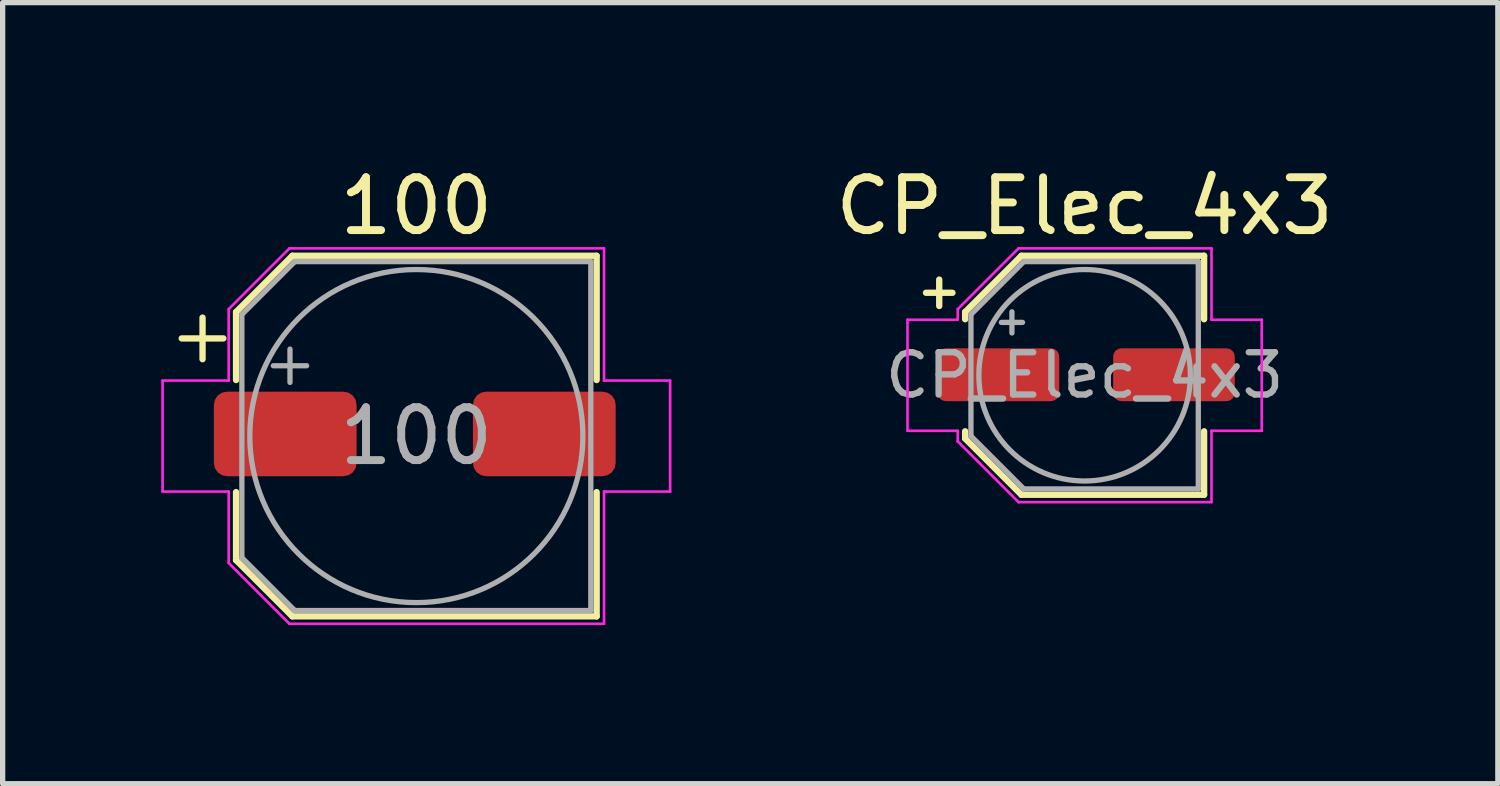
<source format=kicad_pcb>
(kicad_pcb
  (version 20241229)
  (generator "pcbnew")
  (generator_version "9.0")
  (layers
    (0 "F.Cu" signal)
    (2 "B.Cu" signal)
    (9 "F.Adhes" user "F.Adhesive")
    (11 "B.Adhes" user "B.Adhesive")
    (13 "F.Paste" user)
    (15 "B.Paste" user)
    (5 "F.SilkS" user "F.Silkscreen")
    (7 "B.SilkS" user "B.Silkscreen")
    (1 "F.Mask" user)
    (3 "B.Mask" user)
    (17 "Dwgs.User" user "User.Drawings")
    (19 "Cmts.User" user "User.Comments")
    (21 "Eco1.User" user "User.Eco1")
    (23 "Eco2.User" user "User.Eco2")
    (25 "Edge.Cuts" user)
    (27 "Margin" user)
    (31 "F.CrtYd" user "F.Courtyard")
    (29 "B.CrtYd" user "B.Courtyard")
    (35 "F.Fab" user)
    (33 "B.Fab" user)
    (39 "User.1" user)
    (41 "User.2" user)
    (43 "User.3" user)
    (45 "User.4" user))
  (footprint "CP_Elec_4x3"
    (layer "F.Cu")
    (at 17.465 4.048)
    (property "Reference" "CP_Elec_4x3" (at 0 -3.2 0) (layer "F.SilkS") (effects (font (size 1 1) (thickness 0.15))))
    (attr smd)
    (fp_line (start -3 -1.56) (end -2.5 -1.56) (stroke (width 0.12) (type solid)) (layer "F.SilkS"))
    (fp_line (start -2.75 -1.81) (end -2.75 -1.31) (stroke (width 0.12) (type solid)) (layer "F.SilkS"))
    (fp_line (start -2.26 -1.196) (end -2.26 -1.06) (stroke (width 0.12) (type solid)) (layer "F.SilkS"))
    (fp_line (start -2.26 -1.196) (end -1.196 -2.26) (stroke (width 0.12) (type solid)) (layer "F.SilkS"))
    (fp_line (start -2.26 1.196) (end -2.26 1.06) (stroke (width 0.12) (type solid)) (layer "F.SilkS"))
    (fp_line (start -2.26 1.196) (end -1.196 2.26) (stroke (width 0.12) (type solid)) (layer "F.SilkS"))
    (fp_line (start -1.196 -2.26) (end 2.26 -2.26) (stroke (width 0.12) (type solid)) (layer "F.SilkS"))
    (fp_line (start -1.196 2.26) (end 2.26 2.26) (stroke (width 0.12) (type solid)) (layer "F.SilkS"))
    (fp_line (start 2.26 -2.26) (end 2.26 -1.06) (stroke (width 0.12) (type solid)) (layer "F.SilkS"))
    (fp_line (start 2.26 2.26) (end 2.26 1.06) (stroke (width 0.12) (type solid)) (layer "F.SilkS"))
    (fp_line (start -3.35 -1.05) (end -3.35 1.05) (stroke (width 0.05) (type solid)) (layer "F.CrtYd"))
    (fp_line (start -3.35 1.05) (end -2.4 1.05) (stroke (width 0.05) (type solid)) (layer "F.CrtYd"))
    (fp_line (start -2.4 -1.25) (end -2.4 -1.05) (stroke (width 0.05) (type solid)) (layer "F.CrtYd"))
    (fp_line (start -2.4 -1.25) (end -1.25 -2.4) (stroke (width 0.05) (type solid)) (layer "F.CrtYd"))
    (fp_line (start -2.4 -1.05) (end -3.35 -1.05) (stroke (width 0.05) (type solid)) (layer "F.CrtYd"))
    (fp_line (start -2.4 1.05) (end -2.4 1.25) (stroke (width 0.05) (type solid)) (layer "F.CrtYd"))
    (fp_line (start -2.4 1.25) (end -1.25 2.4) (stroke (width 0.05) (type solid)) (layer "F.CrtYd"))
    (fp_line (start -1.25 -2.4) (end 2.4 -2.4) (stroke (width 0.05) (type solid)) (layer "F.CrtYd"))
    (fp_line (start -1.25 2.4) (end 2.4 2.4) (stroke (width 0.05) (type solid)) (layer "F.CrtYd"))
    (fp_line (start 2.4 -2.4) (end 2.4 -1.05) (stroke (width 0.05) (type solid)) (layer "F.CrtYd"))
    (fp_line (start 2.4 -1.05) (end 3.35 -1.05) (stroke (width 0.05) (type solid)) (layer "F.CrtYd"))
    (fp_line (start 2.4 1.05) (end 2.4 2.4) (stroke (width 0.05) (type solid)) (layer "F.CrtYd"))
    (fp_line (start 3.35 -1.05) (end 3.35 1.05) (stroke (width 0.05) (type solid)) (layer "F.CrtYd"))
    (fp_line (start 3.35 1.05) (end 2.4 1.05) (stroke (width 0.05) (type solid)) (layer "F.CrtYd"))
    (fp_line (start -2.15 -1.15) (end -2.15 1.15) (stroke (width 0.1) (type solid)) (layer "F.Fab"))
    (fp_line (start -2.15 -1.15) (end -1.15 -2.15) (stroke (width 0.1) (type solid)) (layer "F.Fab"))
    (fp_line (start -2.15 1.15) (end -1.15 2.15) (stroke (width 0.1) (type solid)) (layer "F.Fab"))
    (fp_line (start -1.575 -1) (end -1.175 -1) (stroke (width 0.1) (type solid)) (layer "F.Fab"))
    (fp_line (start -1.375 -1.2) (end -1.375 -0.8) (stroke (width 0.1) (type solid)) (layer "F.Fab"))
    (fp_line (start -1.15 -2.15) (end 2.15 -2.15) (stroke (width 0.1) (type solid)) (layer "F.Fab"))
    (fp_line (start -1.15 2.15) (end 2.15 2.15) (stroke (width 0.1) (type solid)) (layer "F.Fab"))
    (fp_line (start 2.15 -2.15) (end 2.15 2.15) (stroke (width 0.1) (type solid)) (layer "F.Fab"))
    (fp_circle (center 0 0) (end 2 0) (stroke (width 0.1) (type solid)) (fill no) (layer "F.Fab"))
    (fp_text user "${REFERENCE}" (at 0 0 0) (layer "F.Fab") (effects (font (size 0.8 0.8) (thickness 0.12))))
    (pad "1" smd roundrect (at -1.63 -0.01) (size 2.3 1) (layers "F.Cu" "F.Mask" "F.Paste") (roundrect_rratio 0.156))
    (pad "2" smd roundrect (at 1.69 -0.01) (size 2.3 1) (layers "F.Cu" "F.Mask" "F.Paste") (roundrect_rratio 0.156)))
  (footprint "100"
    (layer "F.Cu")
    (at 4.825 5.198)
    (property "Reference" "100" (at 0 -4.35 0) (layer "F.SilkS") (effects (font (size 1 1) (thickness 0.15))))
    (attr smd)
    (fp_line (start -4.438 -1.847) (end -3.65 -1.847) (stroke (width 0.12) (type solid)) (layer "F.SilkS"))
    (fp_line (start -4.044 -2.241) (end -4.044 -1.454) (stroke (width 0.12) (type solid)) (layer "F.SilkS"))
    (fp_line (start -3.41 -2.346) (end -3.41 -1.06) (stroke (width 0.12) (type solid)) (layer "F.SilkS"))
    (fp_line (start -3.41 -2.346) (end -2.346 -3.41) (stroke (width 0.12) (type solid)) (layer "F.SilkS"))
    (fp_line (start -3.41 2.346) (end -3.41 1.06) (stroke (width 0.12) (type solid)) (layer "F.SilkS"))
    (fp_line (start -3.41 2.346) (end -2.346 3.41) (stroke (width 0.12) (type solid)) (layer "F.SilkS"))
    (fp_line (start -2.346 -3.41) (end 3.41 -3.41) (stroke (width 0.12) (type solid)) (layer "F.SilkS"))
    (fp_line (start -2.346 3.41) (end 3.41 3.41) (stroke (width 0.12) (type solid)) (layer "F.SilkS"))
    (fp_line (start 3.41 -3.41) (end 3.41 -1.06) (stroke (width 0.12) (type solid)) (layer "F.SilkS"))
    (fp_line (start 3.41 3.41) (end 3.41 1.06) (stroke (width 0.12) (type solid)) (layer "F.SilkS"))
    (fp_line (start -4.8 -1.05) (end -4.8 1.05) (stroke (width 0.05) (type solid)) (layer "F.CrtYd"))
    (fp_line (start -4.8 1.05) (end -3.55 1.05) (stroke (width 0.05) (type solid)) (layer "F.CrtYd"))
    (fp_line (start -3.55 -2.4) (end -3.55 -1.05) (stroke (width 0.05) (type solid)) (layer "F.CrtYd"))
    (fp_line (start -3.55 -2.4) (end -2.4 -3.55) (stroke (width 0.05) (type solid)) (layer "F.CrtYd"))
    (fp_line (start -3.55 -1.05) (end -4.8 -1.05) (stroke (width 0.05) (type solid)) (layer "F.CrtYd"))
    (fp_line (start -3.55 1.05) (end -3.55 2.4) (stroke (width 0.05) (type solid)) (layer "F.CrtYd"))
    (fp_line (start -3.55 2.4) (end -2.4 3.55) (stroke (width 0.05) (type solid)) (layer "F.CrtYd"))
    (fp_line (start -2.4 -3.55) (end 3.55 -3.55) (stroke (width 0.05) (type solid)) (layer "F.CrtYd"))
    (fp_line (start -2.4 3.55) (end 3.55 3.55) (stroke (width 0.05) (type solid)) (layer "F.CrtYd"))
    (fp_line (start 3.55 -3.55) (end 3.55 -1.05) (stroke (width 0.05) (type solid)) (layer "F.CrtYd"))
    (fp_line (start 3.55 -1.05) (end 4.8 -1.05) (stroke (width 0.05) (type solid)) (layer "F.CrtYd"))
    (fp_line (start 3.55 1.05) (end 3.55 3.55) (stroke (width 0.05) (type solid)) (layer "F.CrtYd"))
    (fp_line (start 4.8 -1.05) (end 4.8 1.05) (stroke (width 0.05) (type solid)) (layer "F.CrtYd"))
    (fp_line (start 4.8 1.05) (end 3.55 1.05) (stroke (width 0.05) (type solid)) (layer "F.CrtYd"))
    (fp_line (start -3.3 -2.3) (end -3.3 2.3) (stroke (width 0.1) (type solid)) (layer "F.Fab"))
    (fp_line (start -3.3 -2.3) (end -2.3 -3.3) (stroke (width 0.1) (type solid)) (layer "F.Fab"))
    (fp_line (start -3.3 2.3) (end -2.3 3.3) (stroke (width 0.1) (type solid)) (layer "F.Fab"))
    (fp_line (start -2.705 -1.33) (end -2.075 -1.33) (stroke (width 0.1) (type solid)) (layer "F.Fab"))
    (fp_line (start -2.39 -1.645) (end -2.39 -1.015) (stroke (width 0.1) (type solid)) (layer "F.Fab"))
    (fp_line (start -2.3 -3.3) (end 3.3 -3.3) (stroke (width 0.1) (type solid)) (layer "F.Fab"))
    (fp_line (start -2.3 3.3) (end 3.3 3.3) (stroke (width 0.1) (type solid)) (layer "F.Fab"))
    (fp_line (start 3.3 -3.3) (end 3.3 3.3) (stroke (width 0.1) (type solid)) (layer "F.Fab"))
    (fp_circle (center 0 0) (end 3.15 0) (stroke (width 0.1) (type solid)) (fill no) (layer "F.Fab"))
    (fp_text user "${REFERENCE}" (at 0 0 0) (layer "F.Fab") (effects (font (size 1 1) (thickness 0.15))))
    (pad "1" smd roundrect (at -2.48 -0.04) (size 2.7 1.6) (layers "F.Cu" "F.Mask" "F.Paste") (roundrect_rratio 0.156))
    (pad "2" smd roundrect (at 2.42 -0.04) (size 2.7 1.6) (layers "F.Cu" "F.Mask" "F.Paste") (roundrect_rratio 0.156)))
  (gr_rect
    (start -3 -3)
    (end 25.281 11.773)
    (stroke (width 0.1) (type default))
    (fill no)
    (layer "Edge.Cuts")))
</source>
